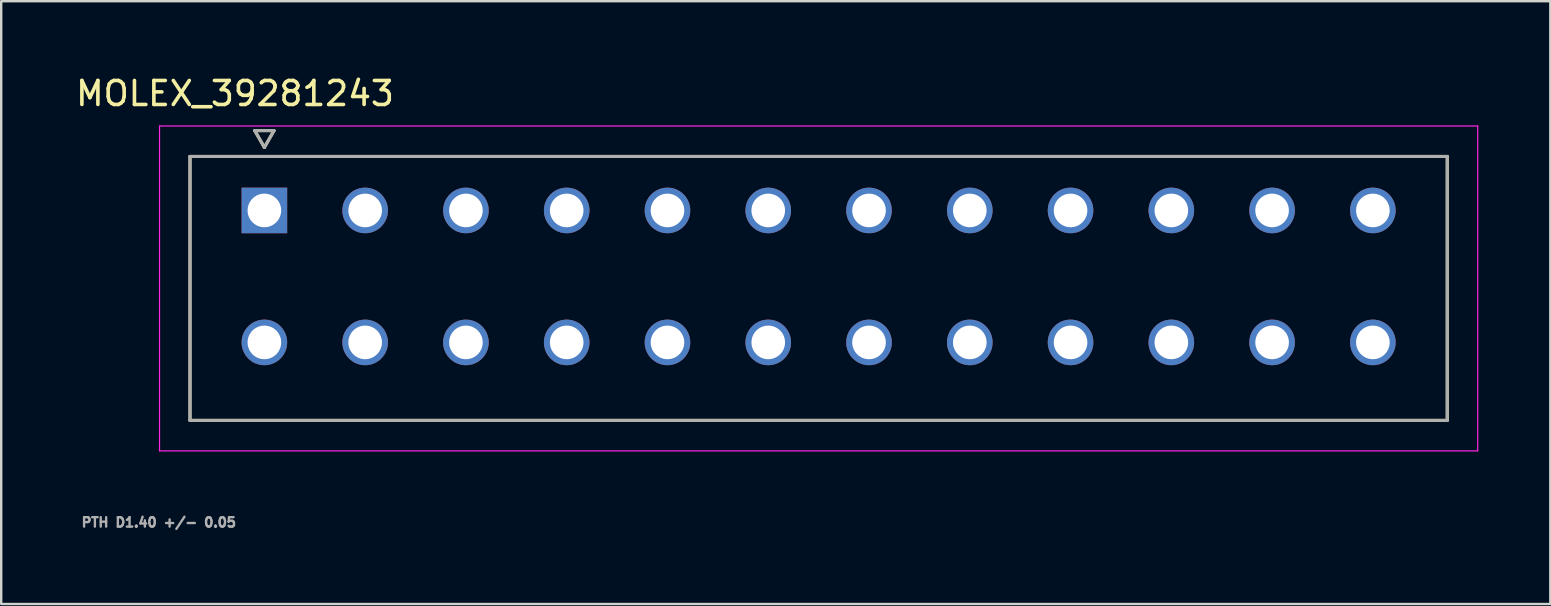
<source format=kicad_pcb>
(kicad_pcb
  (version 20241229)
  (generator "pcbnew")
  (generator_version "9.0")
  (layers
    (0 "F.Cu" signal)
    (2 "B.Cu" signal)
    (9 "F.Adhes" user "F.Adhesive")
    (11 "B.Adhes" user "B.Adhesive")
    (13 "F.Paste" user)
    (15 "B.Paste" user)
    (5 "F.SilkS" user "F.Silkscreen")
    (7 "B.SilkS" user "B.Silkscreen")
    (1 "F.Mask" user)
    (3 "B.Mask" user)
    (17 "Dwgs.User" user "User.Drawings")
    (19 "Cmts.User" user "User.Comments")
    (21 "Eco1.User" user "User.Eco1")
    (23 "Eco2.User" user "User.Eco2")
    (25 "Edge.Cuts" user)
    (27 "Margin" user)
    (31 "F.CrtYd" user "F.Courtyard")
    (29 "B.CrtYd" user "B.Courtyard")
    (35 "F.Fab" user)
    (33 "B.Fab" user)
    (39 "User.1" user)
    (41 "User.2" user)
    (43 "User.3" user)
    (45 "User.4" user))
  (footprint "MOLEX_39281243"
    (layer "F.Cu")
    (at 7.969 5.721)
    (property "Reference" "MOLEX_39281243" (at -1.225 -4.873 0) (layer "F.SilkS") (effects (font (size 1 1) (thickness 0.15))))
    (attr through_hole)
    (fp_circle (center 0 5.5) (end 0.513 5.5) (stroke (width 1.026) (type solid)) (fill no) (layer "F.Mask"))
    (fp_circle (center 4.2 0) (end 4.713 0) (stroke (width 1.026) (type solid)) (fill no) (layer "F.Mask"))
    (fp_circle (center 4.2 5.5) (end 4.713 5.5) (stroke (width 1.026) (type solid)) (fill no) (layer "F.Mask"))
    (fp_circle (center 8.4 0) (end 8.913 0) (stroke (width 1.026) (type solid)) (fill no) (layer "F.Mask"))
    (fp_circle (center 8.4 5.5) (end 8.913 5.5) (stroke (width 1.026) (type solid)) (fill no) (layer "F.Mask"))
    (fp_circle (center 12.6 0) (end 13.113 0) (stroke (width 1.026) (type solid)) (fill no) (layer "F.Mask"))
    (fp_circle (center 12.6 5.5) (end 13.113 5.5) (stroke (width 1.026) (type solid)) (fill no) (layer "F.Mask"))
    (fp_circle (center 16.8 0) (end 17.313 0) (stroke (width 1.026) (type solid)) (fill no) (layer "F.Mask"))
    (fp_circle (center 16.8 5.5) (end 17.313 5.5) (stroke (width 1.026) (type solid)) (fill no) (layer "F.Mask"))
    (fp_circle (center 21 0) (end 21.513 0) (stroke (width 1.026) (type solid)) (fill no) (layer "F.Mask"))
    (fp_circle (center 21 5.5) (end 21.513 5.5) (stroke (width 1.026) (type solid)) (fill no) (layer "F.Mask"))
    (fp_circle (center 25.2 0) (end 25.713 0) (stroke (width 1.026) (type solid)) (fill no) (layer "F.Mask"))
    (fp_circle (center 25.2 5.5) (end 25.713 5.5) (stroke (width 1.026) (type solid)) (fill no) (layer "F.Mask"))
    (fp_circle (center 29.4 0) (end 29.913 0) (stroke (width 1.026) (type solid)) (fill no) (layer "F.Mask"))
    (fp_circle (center 29.4 5.5) (end 29.913 5.5) (stroke (width 1.026) (type solid)) (fill no) (layer "F.Mask"))
    (fp_circle (center 33.6 0) (end 34.113 0) (stroke (width 1.026) (type solid)) (fill no) (layer "F.Mask"))
    (fp_circle (center 33.6 5.5) (end 34.113 5.5) (stroke (width 1.026) (type solid)) (fill no) (layer "F.Mask"))
    (fp_circle (center 37.8 0) (end 38.313 0) (stroke (width 1.026) (type solid)) (fill no) (layer "F.Mask"))
    (fp_circle (center 37.8 5.5) (end 38.313 5.5) (stroke (width 1.026) (type solid)) (fill no) (layer "F.Mask"))
    (fp_circle (center 42 0) (end 42.513 0) (stroke (width 1.026) (type solid)) (fill no) (layer "F.Mask"))
    (fp_circle (center 42 5.5) (end 42.513 5.5) (stroke (width 1.026) (type solid)) (fill no) (layer "F.Mask"))
    (fp_circle (center 46.2 0) (end 46.713 0) (stroke (width 1.026) (type solid)) (fill no) (layer "F.Mask"))
    (fp_circle (center 46.2 5.5) (end 46.713 5.5) (stroke (width 1.026) (type solid)) (fill no) (layer "F.Mask"))
    (fp_poly (pts (xy -1.026 -1.026) (xy 1.026 -1.026) (xy 1.026 1.026) (xy -1.026 1.026)) (stroke (width 0.01) (type solid)) (fill yes) (layer "F.Mask"))
    (fp_circle (center 0 5.5) (end 0.513 5.5) (stroke (width 1.026) (type solid)) (fill no) (layer "B.Mask"))
    (fp_circle (center 4.2 0) (end 4.713 0) (stroke (width 1.026) (type solid)) (fill no) (layer "B.Mask"))
    (fp_circle (center 4.2 5.5) (end 4.713 5.5) (stroke (width 1.026) (type solid)) (fill no) (layer "B.Mask"))
    (fp_circle (center 8.4 0) (end 8.913 0) (stroke (width 1.026) (type solid)) (fill no) (layer "B.Mask"))
    (fp_circle (center 8.4 5.5) (end 8.913 5.5) (stroke (width 1.026) (type solid)) (fill no) (layer "B.Mask"))
    (fp_circle (center 12.6 0) (end 13.113 0) (stroke (width 1.026) (type solid)) (fill no) (layer "B.Mask"))
    (fp_circle (center 12.6 5.5) (end 13.113 5.5) (stroke (width 1.026) (type solid)) (fill no) (layer "B.Mask"))
    (fp_circle (center 16.8 0) (end 17.313 0) (stroke (width 1.026) (type solid)) (fill no) (layer "B.Mask"))
    (fp_circle (center 16.8 5.5) (end 17.313 5.5) (stroke (width 1.026) (type solid)) (fill no) (layer "B.Mask"))
    (fp_circle (center 21 0) (end 21.513 0) (stroke (width 1.026) (type solid)) (fill no) (layer "B.Mask"))
    (fp_circle (center 21 5.5) (end 21.513 5.5) (stroke (width 1.026) (type solid)) (fill no) (layer "B.Mask"))
    (fp_circle (center 25.2 0) (end 25.713 0) (stroke (width 1.026) (type solid)) (fill no) (layer "B.Mask"))
    (fp_circle (center 25.2 5.5) (end 25.713 5.5) (stroke (width 1.026) (type solid)) (fill no) (layer "B.Mask"))
    (fp_circle (center 29.4 0) (end 29.913 0) (stroke (width 1.026) (type solid)) (fill no) (layer "B.Mask"))
    (fp_circle (center 29.4 5.5) (end 29.913 5.5) (stroke (width 1.026) (type solid)) (fill no) (layer "B.Mask"))
    (fp_circle (center 33.6 0) (end 34.113 0) (stroke (width 1.026) (type solid)) (fill no) (layer "B.Mask"))
    (fp_circle (center 33.6 5.5) (end 34.113 5.5) (stroke (width 1.026) (type solid)) (fill no) (layer "B.Mask"))
    (fp_circle (center 37.8 0) (end 38.313 0) (stroke (width 1.026) (type solid)) (fill no) (layer "B.Mask"))
    (fp_circle (center 37.8 5.5) (end 38.313 5.5) (stroke (width 1.026) (type solid)) (fill no) (layer "B.Mask"))
    (fp_circle (center 42 0) (end 42.513 0) (stroke (width 1.026) (type solid)) (fill no) (layer "B.Mask"))
    (fp_circle (center 42 5.5) (end 42.513 5.5) (stroke (width 1.026) (type solid)) (fill no) (layer "B.Mask"))
    (fp_circle (center 46.2 0) (end 46.713 0) (stroke (width 1.026) (type solid)) (fill no) (layer "B.Mask"))
    (fp_circle (center 46.2 5.5) (end 46.713 5.5) (stroke (width 1.026) (type solid)) (fill no) (layer "B.Mask"))
    (fp_poly (pts (xy -1.026 -1.026) (xy 1.026 -1.026) (xy 1.026 1.026) (xy -1.026 1.026)) (stroke (width 0.01) (type solid)) (fill yes) (layer "B.Mask"))
    (fp_line (start -3.1 -2.25) (end 49.3 -2.25) (stroke (width 0.127) (type solid)) (layer "F.SilkS"))
    (fp_line (start -3.1 8.75) (end -3.1 -2.25) (stroke (width 0.127) (type solid)) (layer "F.SilkS"))
    (fp_line (start -0.4 -3.327) (end 0 -2.627) (stroke (width 0.127) (type solid)) (layer "F.SilkS"))
    (fp_line (start 0 -2.627) (end 0.4 -3.327) (stroke (width 0.127) (type solid)) (layer "F.SilkS"))
    (fp_line (start 0.4 -3.327) (end -0.4 -3.327) (stroke (width 0.127) (type solid)) (layer "F.SilkS"))
    (fp_line (start 49.3 -2.25) (end 49.3 8.75) (stroke (width 0.127) (type solid)) (layer "F.SilkS"))
    (fp_line (start 49.3 8.75) (end -3.1 8.75) (stroke (width 0.127) (type solid)) (layer "F.SilkS"))
    (fp_line (start -4.37 -3.52) (end 50.57 -3.52) (stroke (width 0.05) (type solid)) (layer "F.CrtYd"))
    (fp_line (start -4.37 10.02) (end -4.37 -3.52) (stroke (width 0.05) (type solid)) (layer "F.CrtYd"))
    (fp_line (start 50.57 -3.52) (end 50.57 10.02) (stroke (width 0.05) (type solid)) (layer "F.CrtYd"))
    (fp_line (start 50.57 10.02) (end -4.37 10.02) (stroke (width 0.05) (type solid)) (layer "F.CrtYd"))
    (fp_line (start -3.1 -2.25) (end 49.3 -2.25) (stroke (width 0.127) (type solid)) (layer "F.Fab"))
    (fp_line (start -3.1 8.75) (end -3.1 -2.25) (stroke (width 0.127) (type solid)) (layer "F.Fab"))
    (fp_line (start -0.4 -3.327) (end 0 -2.627) (stroke (width 0.127) (type solid)) (layer "F.Fab"))
    (fp_line (start 0 -2.627) (end 0.4 -3.327) (stroke (width 0.127) (type solid)) (layer "F.Fab"))
    (fp_line (start 0.4 -3.327) (end -0.4 -3.327) (stroke (width 0.127) (type solid)) (layer "F.Fab"))
    (fp_line (start 49.3 -2.25) (end 49.3 8.75) (stroke (width 0.127) (type solid)) (layer "F.Fab"))
    (fp_line (start 49.3 8.75) (end -3.1 8.75) (stroke (width 0.127) (type solid)) (layer "F.Fab"))
    (fp_text user "PTH D1.40 +/- 0.05" (at -4.4 13 0) (layer "F.Fab") (effects (font (size 0.394 0.394) (thickness 0.15))))
    (pad "1" thru_hole rect (at 0 0) (size 1.9 1.9) (drill 1.4) (layers "*.Cu"))
    (pad "2" thru_hole circle (at 4.2 0) (size 1.9 1.9) (drill 1.4) (layers "*.Cu"))
    (pad "3" thru_hole circle (at 8.4 0) (size 1.9 1.9) (drill 1.4) (layers "*.Cu"))
    (pad "4" thru_hole circle (at 12.6 0) (size 1.9 1.9) (drill 1.4) (layers "*.Cu"))
    (pad "5" thru_hole circle (at 16.8 0) (size 1.9 1.9) (drill 1.4) (layers "*.Cu"))
    (pad "6" thru_hole circle (at 21 0) (size 1.9 1.9) (drill 1.4) (layers "*.Cu"))
    (pad "7" thru_hole circle (at 25.2 0) (size 1.9 1.9) (drill 1.4) (layers "*.Cu"))
    (pad "8" thru_hole circle (at 29.4 0) (size 1.9 1.9) (drill 1.4) (layers "*.Cu"))
    (pad "9" thru_hole circle (at 33.6 0) (size 1.9 1.9) (drill 1.4) (layers "*.Cu"))
    (pad "10" thru_hole circle (at 37.8 0) (size 1.9 1.9) (drill 1.4) (layers "*.Cu"))
    (pad "11" thru_hole circle (at 42 0) (size 1.9 1.9) (drill 1.4) (layers "*.Cu"))
    (pad "12" thru_hole circle (at 46.2 0) (size 1.9 1.9) (drill 1.4) (layers "*.Cu"))
    (pad "13" thru_hole circle (at 0 5.5) (size 1.9 1.9) (drill 1.4) (layers "*.Cu"))
    (pad "14" thru_hole circle (at 4.2 5.5) (size 1.9 1.9) (drill 1.4) (layers "*.Cu"))
    (pad "15" thru_hole circle (at 8.4 5.5) (size 1.9 1.9) (drill 1.4) (layers "*.Cu"))
    (pad "16" thru_hole circle (at 12.6 5.5) (size 1.9 1.9) (drill 1.4) (layers "*.Cu"))
    (pad "17" thru_hole circle (at 16.8 5.5) (size 1.9 1.9) (drill 1.4) (layers "*.Cu"))
    (pad "18" thru_hole circle (at 21 5.5) (size 1.9 1.9) (drill 1.4) (layers "*.Cu"))
    (pad "19" thru_hole circle (at 25.2 5.5) (size 1.9 1.9) (drill 1.4) (layers "*.Cu"))
    (pad "20" thru_hole circle (at 29.4 5.5) (size 1.9 1.9) (drill 1.4) (layers "*.Cu"))
    (pad "21" thru_hole circle (at 33.6 5.5) (size 1.9 1.9) (drill 1.4) (layers "*.Cu"))
    (pad "22" thru_hole circle (at 37.8 5.5) (size 1.9 1.9) (drill 1.4) (layers "*.Cu"))
    (pad "23" thru_hole circle (at 42 5.5) (size 1.9 1.9) (drill 1.4) (layers "*.Cu"))
    (pad "24" thru_hole circle (at 46.2 5.5) (size 1.9 1.9) (drill 1.4) (layers "*.Cu")))
  (gr_rect
    (start -3 -3)
    (end 61.564 22.124)
    (stroke (width 0.1) (type default))
    (fill no)
    (layer "Edge.Cuts")))
</source>
